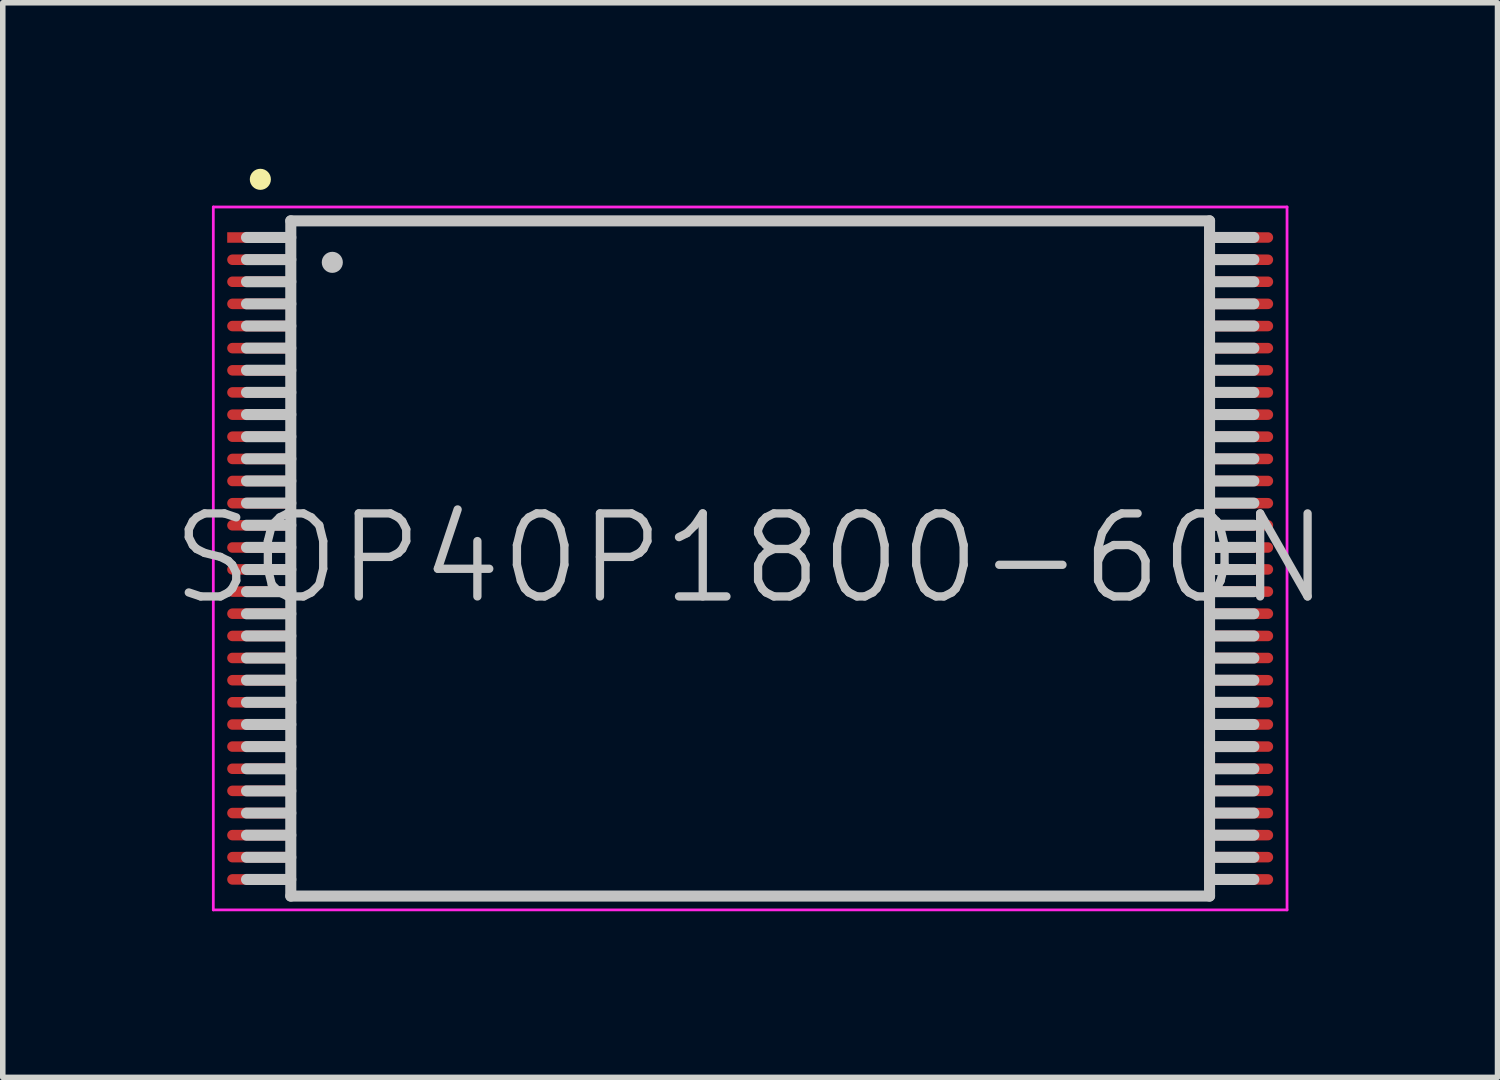
<source format=kicad_pcb>
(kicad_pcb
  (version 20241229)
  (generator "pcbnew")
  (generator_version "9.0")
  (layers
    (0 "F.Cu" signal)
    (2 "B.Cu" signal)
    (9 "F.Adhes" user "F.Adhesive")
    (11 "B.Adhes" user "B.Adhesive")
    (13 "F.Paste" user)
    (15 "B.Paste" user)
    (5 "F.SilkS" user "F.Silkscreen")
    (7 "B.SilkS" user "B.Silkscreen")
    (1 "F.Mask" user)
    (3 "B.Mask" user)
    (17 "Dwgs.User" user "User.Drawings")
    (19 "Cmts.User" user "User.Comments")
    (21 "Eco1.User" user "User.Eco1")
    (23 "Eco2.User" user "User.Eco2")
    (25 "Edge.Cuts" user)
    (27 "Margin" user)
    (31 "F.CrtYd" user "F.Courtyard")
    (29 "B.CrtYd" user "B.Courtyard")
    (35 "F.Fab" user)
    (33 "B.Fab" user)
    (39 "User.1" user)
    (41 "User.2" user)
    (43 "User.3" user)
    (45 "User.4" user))
  (footprint "SOP40P1800-60N"
    (layer "F.Cu")
    (at 10.504 7.04)
    (property "Reference" "SOP40P1800-60N" (at 0 0 0) (layer "Dwgs.User") (effects (font (size 1.5 1.5) (thickness 0.15))))
    (attr smd)
    (fp_line (start -8.85 -6.85) (end -8.85 -6.85) (stroke (width 0.381) (type solid)) (layer "F.SilkS"))
    (fp_line (start -8.3 -6.1) (end -8.3 6.1) (stroke (width 0.2) (type solid)) (layer "Dwgs.User"))
    (fp_line (start -8.3 -6.1) (end 8.3 -6.1) (stroke (width 0.2) (type solid)) (layer "Dwgs.User"))
    (fp_line (start -8.3 -5.8) (end -9.1 -5.8) (stroke (width 0.2) (type solid)) (layer "Dwgs.User"))
    (fp_line (start -8.3 -5.4) (end -9.1 -5.4) (stroke (width 0.2) (type solid)) (layer "Dwgs.User"))
    (fp_line (start -8.3 -5) (end -9.1 -5) (stroke (width 0.2) (type solid)) (layer "Dwgs.User"))
    (fp_line (start -8.3 -4.6) (end -9.1 -4.6) (stroke (width 0.2) (type solid)) (layer "Dwgs.User"))
    (fp_line (start -8.3 -4.2) (end -9.1 -4.2) (stroke (width 0.2) (type solid)) (layer "Dwgs.User"))
    (fp_line (start -8.3 -3.8) (end -9.1 -3.8) (stroke (width 0.2) (type solid)) (layer "Dwgs.User"))
    (fp_line (start -8.3 -3.4) (end -9.1 -3.4) (stroke (width 0.2) (type solid)) (layer "Dwgs.User"))
    (fp_line (start -8.3 -3) (end -9.1 -3) (stroke (width 0.2) (type solid)) (layer "Dwgs.User"))
    (fp_line (start -8.3 -2.6) (end -9.1 -2.6) (stroke (width 0.2) (type solid)) (layer "Dwgs.User"))
    (fp_line (start -8.3 -2.2) (end -9.1 -2.2) (stroke (width 0.2) (type solid)) (layer "Dwgs.User"))
    (fp_line (start -8.3 -1.8) (end -9.1 -1.8) (stroke (width 0.2) (type solid)) (layer "Dwgs.User"))
    (fp_line (start -8.3 -1.4) (end -9.1 -1.4) (stroke (width 0.2) (type solid)) (layer "Dwgs.User"))
    (fp_line (start -8.3 -1) (end -9.1 -1) (stroke (width 0.2) (type solid)) (layer "Dwgs.User"))
    (fp_line (start -8.3 -0.6) (end -9.1 -0.6) (stroke (width 0.2) (type solid)) (layer "Dwgs.User"))
    (fp_line (start -8.3 -0.2) (end -9.1 -0.2) (stroke (width 0.2) (type solid)) (layer "Dwgs.User"))
    (fp_line (start -8.3 0.2) (end -9.1 0.2) (stroke (width 0.2) (type solid)) (layer "Dwgs.User"))
    (fp_line (start -8.3 0.6) (end -9.1 0.6) (stroke (width 0.2) (type solid)) (layer "Dwgs.User"))
    (fp_line (start -8.3 1) (end -9.1 1) (stroke (width 0.2) (type solid)) (layer "Dwgs.User"))
    (fp_line (start -8.3 1.4) (end -9.1 1.4) (stroke (width 0.2) (type solid)) (layer "Dwgs.User"))
    (fp_line (start -8.3 1.8) (end -9.1 1.8) (stroke (width 0.2) (type solid)) (layer "Dwgs.User"))
    (fp_line (start -8.3 2.2) (end -9.1 2.2) (stroke (width 0.2) (type solid)) (layer "Dwgs.User"))
    (fp_line (start -8.3 2.6) (end -9.1 2.6) (stroke (width 0.2) (type solid)) (layer "Dwgs.User"))
    (fp_line (start -8.3 3) (end -9.1 3) (stroke (width 0.2) (type solid)) (layer "Dwgs.User"))
    (fp_line (start -8.3 3.4) (end -9.1 3.4) (stroke (width 0.2) (type solid)) (layer "Dwgs.User"))
    (fp_line (start -8.3 3.8) (end -9.1 3.8) (stroke (width 0.2) (type solid)) (layer "Dwgs.User"))
    (fp_line (start -8.3 4.2) (end -9.1 4.2) (stroke (width 0.2) (type solid)) (layer "Dwgs.User"))
    (fp_line (start -8.3 4.6) (end -9.1 4.6) (stroke (width 0.2) (type solid)) (layer "Dwgs.User"))
    (fp_line (start -8.3 5) (end -9.1 5) (stroke (width 0.2) (type solid)) (layer "Dwgs.User"))
    (fp_line (start -8.3 5.4) (end -9.1 5.4) (stroke (width 0.2) (type solid)) (layer "Dwgs.User"))
    (fp_line (start -8.3 5.8) (end -9.1 5.8) (stroke (width 0.2) (type solid)) (layer "Dwgs.User"))
    (fp_line (start -8.3 6.1) (end 8.3 6.1) (stroke (width 0.2) (type solid)) (layer "Dwgs.User"))
    (fp_line (start -7.55 -5.35) (end -7.55 -5.35) (stroke (width 0.381) (type solid)) (layer "Dwgs.User"))
    (fp_line (start 8.3 -6.1) (end 8.3 6.1) (stroke (width 0.2) (type solid)) (layer "Dwgs.User"))
    (fp_line (start 9.1 -5.8) (end 8.3 -5.8) (stroke (width 0.2) (type solid)) (layer "Dwgs.User"))
    (fp_line (start 9.1 -5.4) (end 8.3 -5.4) (stroke (width 0.2) (type solid)) (layer "Dwgs.User"))
    (fp_line (start 9.1 -5) (end 8.3 -5) (stroke (width 0.2) (type solid)) (layer "Dwgs.User"))
    (fp_line (start 9.1 -4.6) (end 8.3 -4.6) (stroke (width 0.2) (type solid)) (layer "Dwgs.User"))
    (fp_line (start 9.1 -4.2) (end 8.3 -4.2) (stroke (width 0.2) (type solid)) (layer "Dwgs.User"))
    (fp_line (start 9.1 -3.8) (end 8.3 -3.8) (stroke (width 0.2) (type solid)) (layer "Dwgs.User"))
    (fp_line (start 9.1 -3.4) (end 8.3 -3.4) (stroke (width 0.2) (type solid)) (layer "Dwgs.User"))
    (fp_line (start 9.1 -3) (end 8.3 -3) (stroke (width 0.2) (type solid)) (layer "Dwgs.User"))
    (fp_line (start 9.1 -2.6) (end 8.3 -2.6) (stroke (width 0.2) (type solid)) (layer "Dwgs.User"))
    (fp_line (start 9.1 -2.2) (end 8.3 -2.2) (stroke (width 0.2) (type solid)) (layer "Dwgs.User"))
    (fp_line (start 9.1 -1.8) (end 8.3 -1.8) (stroke (width 0.2) (type solid)) (layer "Dwgs.User"))
    (fp_line (start 9.1 -1.4) (end 8.3 -1.4) (stroke (width 0.2) (type solid)) (layer "Dwgs.User"))
    (fp_line (start 9.1 -1) (end 8.3 -1) (stroke (width 0.2) (type solid)) (layer "Dwgs.User"))
    (fp_line (start 9.1 -0.6) (end 8.3 -0.6) (stroke (width 0.2) (type solid)) (layer "Dwgs.User"))
    (fp_line (start 9.1 -0.2) (end 8.3 -0.2) (stroke (width 0.2) (type solid)) (layer "Dwgs.User"))
    (fp_line (start 9.1 0.2) (end 8.3 0.2) (stroke (width 0.2) (type solid)) (layer "Dwgs.User"))
    (fp_line (start 9.1 0.6) (end 8.3 0.6) (stroke (width 0.2) (type solid)) (layer "Dwgs.User"))
    (fp_line (start 9.1 1) (end 8.3 1) (stroke (width 0.2) (type solid)) (layer "Dwgs.User"))
    (fp_line (start 9.1 1.4) (end 8.3 1.4) (stroke (width 0.2) (type solid)) (layer "Dwgs.User"))
    (fp_line (start 9.1 1.8) (end 8.3 1.8) (stroke (width 0.2) (type solid)) (layer "Dwgs.User"))
    (fp_line (start 9.1 2.2) (end 8.3 2.2) (stroke (width 0.2) (type solid)) (layer "Dwgs.User"))
    (fp_line (start 9.1 2.6) (end 8.3 2.6) (stroke (width 0.2) (type solid)) (layer "Dwgs.User"))
    (fp_line (start 9.1 3) (end 8.3 3) (stroke (width 0.2) (type solid)) (layer "Dwgs.User"))
    (fp_line (start 9.1 3.4) (end 8.3 3.4) (stroke (width 0.2) (type solid)) (layer "Dwgs.User"))
    (fp_line (start 9.1 3.8) (end 8.3 3.8) (stroke (width 0.2) (type solid)) (layer "Dwgs.User"))
    (fp_line (start 9.1 4.2) (end 8.3 4.2) (stroke (width 0.2) (type solid)) (layer "Dwgs.User"))
    (fp_line (start 9.1 4.6) (end 8.3 4.6) (stroke (width 0.2) (type solid)) (layer "Dwgs.User"))
    (fp_line (start 9.1 5) (end 8.3 5) (stroke (width 0.2) (type solid)) (layer "Dwgs.User"))
    (fp_line (start 9.1 5.4) (end 8.3 5.4) (stroke (width 0.2) (type solid)) (layer "Dwgs.User"))
    (fp_line (start 9.1 5.8) (end 8.3 5.8) (stroke (width 0.2) (type solid)) (layer "Dwgs.User"))
    (fp_line (start -9.7 -6.35) (end -9.7 6.35) (stroke (width 0.05) (type solid)) (layer "F.CrtYd"))
    (fp_line (start -9.7 -6.35) (end 9.7 -6.35) (stroke (width 0.05) (type solid)) (layer "F.CrtYd"))
    (fp_line (start -9.7 6.35) (end 9.7 6.35) (stroke (width 0.05) (type solid)) (layer "F.CrtYd"))
    (fp_line (start 9.7 -6.35) (end 9.7 6.35) (stroke (width 0.05) (type solid)) (layer "F.CrtYd"))
    (pad "1" smd rect (at -8.849 -5.799 90) (size 0.19 1.2) (layers "F.Cu" "F.Mask" "F.Paste"))
    (pad "2" smd oval (at -8.849 -5.397 90) (size 0.19 1.2) (layers "F.Cu" "F.Mask" "F.Paste"))
    (pad "3" smd oval (at -8.849 -4.999 90) (size 0.19 1.2) (layers "F.Cu" "F.Mask" "F.Paste"))
    (pad "4" smd oval (at -8.849 -4.6 90) (size 0.19 1.2) (layers "F.Cu" "F.Mask" "F.Paste"))
    (pad "5" smd oval (at -8.849 -4.199 90) (size 0.19 1.2) (layers "F.Cu" "F.Mask" "F.Paste"))
    (pad "6" smd oval (at -8.849 -3.8 90) (size 0.19 1.2) (layers "F.Cu" "F.Mask" "F.Paste"))
    (pad "7" smd oval (at -8.849 -3.399 90) (size 0.19 1.2) (layers "F.Cu" "F.Mask" "F.Paste"))
    (pad "8" smd oval (at -8.849 -3 90) (size 0.19 1.2) (layers "F.Cu" "F.Mask" "F.Paste"))
    (pad "9" smd oval (at -8.849 -2.598 90) (size 0.19 1.2) (layers "F.Cu" "F.Mask" "F.Paste"))
    (pad "10" smd oval (at -8.849 -2.2 90) (size 0.19 1.2) (layers "F.Cu" "F.Mask" "F.Paste"))
    (pad "11" smd oval (at -8.849 -1.798 90) (size 0.19 1.2) (layers "F.Cu" "F.Mask" "F.Paste"))
    (pad "12" smd oval (at -8.849 -1.4 90) (size 0.19 1.2) (layers "F.Cu" "F.Mask" "F.Paste"))
    (pad "13" smd oval (at -8.849 -0.998 90) (size 0.19 1.2) (layers "F.Cu" "F.Mask" "F.Paste"))
    (pad "14" smd oval (at -8.849 -0.599 90) (size 0.19 1.2) (layers "F.Cu" "F.Mask" "F.Paste"))
    (pad "15" smd oval (at -8.849 -0.198 90) (size 0.19 1.2) (layers "F.Cu" "F.Mask" "F.Paste"))
    (pad "16" smd oval (at -8.849 0.198 90) (size 0.19 1.2) (layers "F.Cu" "F.Mask" "F.Paste"))
    (pad "17" smd oval (at -8.849 0.599 90) (size 0.19 1.2) (layers "F.Cu" "F.Mask" "F.Paste"))
    (pad "18" smd oval (at -8.849 0.998 90) (size 0.19 1.2) (layers "F.Cu" "F.Mask" "F.Paste"))
    (pad "19" smd oval (at -8.849 1.4 90) (size 0.19 1.2) (layers "F.Cu" "F.Mask" "F.Paste"))
    (pad "20" smd oval (at -8.849 1.798 90) (size 0.19 1.2) (layers "F.Cu" "F.Mask" "F.Paste"))
    (pad "21" smd oval (at -8.849 2.2 90) (size 0.19 1.2) (layers "F.Cu" "F.Mask" "F.Paste"))
    (pad "22" smd oval (at -8.849 2.598 90) (size 0.19 1.2) (layers "F.Cu" "F.Mask" "F.Paste"))
    (pad "23" smd oval (at -8.849 3 90) (size 0.19 1.2) (layers "F.Cu" "F.Mask" "F.Paste"))
    (pad "24" smd oval (at -8.849 3.399 90) (size 0.19 1.2) (layers "F.Cu" "F.Mask" "F.Paste"))
    (pad "25" smd oval (at -8.849 3.8 90) (size 0.19 1.2) (layers "F.Cu" "F.Mask" "F.Paste"))
    (pad "26" smd oval (at -8.849 4.199 90) (size 0.19 1.2) (layers "F.Cu" "F.Mask" "F.Paste"))
    (pad "27" smd oval (at -8.849 4.6 90) (size 0.19 1.2) (layers "F.Cu" "F.Mask" "F.Paste"))
    (pad "28" smd oval (at -8.849 4.999 90) (size 0.19 1.2) (layers "F.Cu" "F.Mask" "F.Paste"))
    (pad "29" smd oval (at -8.849 5.397 90) (size 0.19 1.2) (layers "F.Cu" "F.Mask" "F.Paste"))
    (pad "30" smd oval (at -8.849 5.799 90) (size 0.19 1.2) (layers "F.Cu" "F.Mask" "F.Paste"))
    (pad "31" smd oval (at 8.849 5.799 270) (size 0.19 1.2) (layers "F.Cu" "F.Mask" "F.Paste"))
    (pad "32" smd oval (at 8.849 5.397 270) (size 0.19 1.2) (layers "F.Cu" "F.Mask" "F.Paste"))
    (pad "33" smd oval (at 8.849 4.999 270) (size 0.19 1.2) (layers "F.Cu" "F.Mask" "F.Paste"))
    (pad "34" smd oval (at 8.849 4.6 270) (size 0.19 1.2) (layers "F.Cu" "F.Mask" "F.Paste"))
    (pad "35" smd oval (at 8.849 4.199 270) (size 0.19 1.2) (layers "F.Cu" "F.Mask" "F.Paste"))
    (pad "36" smd oval (at 8.849 3.8 270) (size 0.19 1.2) (layers "F.Cu" "F.Mask" "F.Paste"))
    (pad "37" smd oval (at 8.849 3.399 270) (size 0.19 1.2) (layers "F.Cu" "F.Mask" "F.Paste"))
    (pad "38" smd oval (at 8.849 3 270) (size 0.19 1.2) (layers "F.Cu" "F.Mask" "F.Paste"))
    (pad "39" smd oval (at 8.849 2.598 270) (size 0.19 1.2) (layers "F.Cu" "F.Mask" "F.Paste"))
    (pad "40" smd oval (at 8.849 2.2 270) (size 0.19 1.2) (layers "F.Cu" "F.Mask" "F.Paste"))
    (pad "41" smd oval (at 8.849 1.798 270) (size 0.19 1.2) (layers "F.Cu" "F.Mask" "F.Paste"))
    (pad "42" smd oval (at 8.849 1.4 270) (size 0.19 1.2) (layers "F.Cu" "F.Mask" "F.Paste"))
    (pad "43" smd oval (at 8.849 0.998 270) (size 0.19 1.2) (layers "F.Cu" "F.Mask" "F.Paste"))
    (pad "44" smd oval (at 8.849 0.599 270) (size 0.19 1.2) (layers "F.Cu" "F.Mask" "F.Paste"))
    (pad "45" smd oval (at 8.849 0.198 270) (size 0.19 1.2) (layers "F.Cu" "F.Mask" "F.Paste"))
    (pad "46" smd oval (at 8.849 -0.198 270) (size 0.19 1.2) (layers "F.Cu" "F.Mask" "F.Paste"))
    (pad "47" smd oval (at 8.849 -0.599 270) (size 0.19 1.2) (layers "F.Cu" "F.Mask" "F.Paste"))
    (pad "48" smd oval (at 8.849 -0.998 270) (size 0.19 1.2) (layers "F.Cu" "F.Mask" "F.Paste"))
    (pad "49" smd oval (at 8.849 -1.4 270) (size 0.19 1.2) (layers "F.Cu" "F.Mask" "F.Paste"))
    (pad "50" smd oval (at 8.849 -1.798 270) (size 0.19 1.2) (layers "F.Cu" "F.Mask" "F.Paste"))
    (pad "51" smd oval (at 8.849 -2.2 270) (size 0.19 1.2) (layers "F.Cu" "F.Mask" "F.Paste"))
    (pad "52" smd oval (at 8.849 -2.598 270) (size 0.19 1.2) (layers "F.Cu" "F.Mask" "F.Paste"))
    (pad "53" smd oval (at 8.849 -3 270) (size 0.19 1.2) (layers "F.Cu" "F.Mask" "F.Paste"))
    (pad "54" smd oval (at 8.849 -3.399 270) (size 0.19 1.2) (layers "F.Cu" "F.Mask" "F.Paste"))
    (pad "55" smd oval (at 8.849 -3.8 270) (size 0.19 1.2) (layers "F.Cu" "F.Mask" "F.Paste"))
    (pad "56" smd oval (at 8.849 -4.199 270) (size 0.19 1.2) (layers "F.Cu" "F.Mask" "F.Paste"))
    (pad "57" smd oval (at 8.849 -4.6 270) (size 0.19 1.2) (layers "F.Cu" "F.Mask" "F.Paste"))
    (pad "58" smd oval (at 8.849 -4.999 270) (size 0.19 1.2) (layers "F.Cu" "F.Mask" "F.Paste"))
    (pad "59" smd oval (at 8.849 -5.397 270) (size 0.19 1.2) (layers "F.Cu" "F.Mask" "F.Paste"))
    (pad "60" smd oval (at 8.849 -5.799 270) (size 0.19 1.2) (layers "F.Cu" "F.Mask" "F.Paste")))
  (gr_rect
    (start -3 -3)
    (end 24.007 16.416)
    (stroke (width 0.1) (type default))
    (fill no)
    (layer "Edge.Cuts")))
</source>
